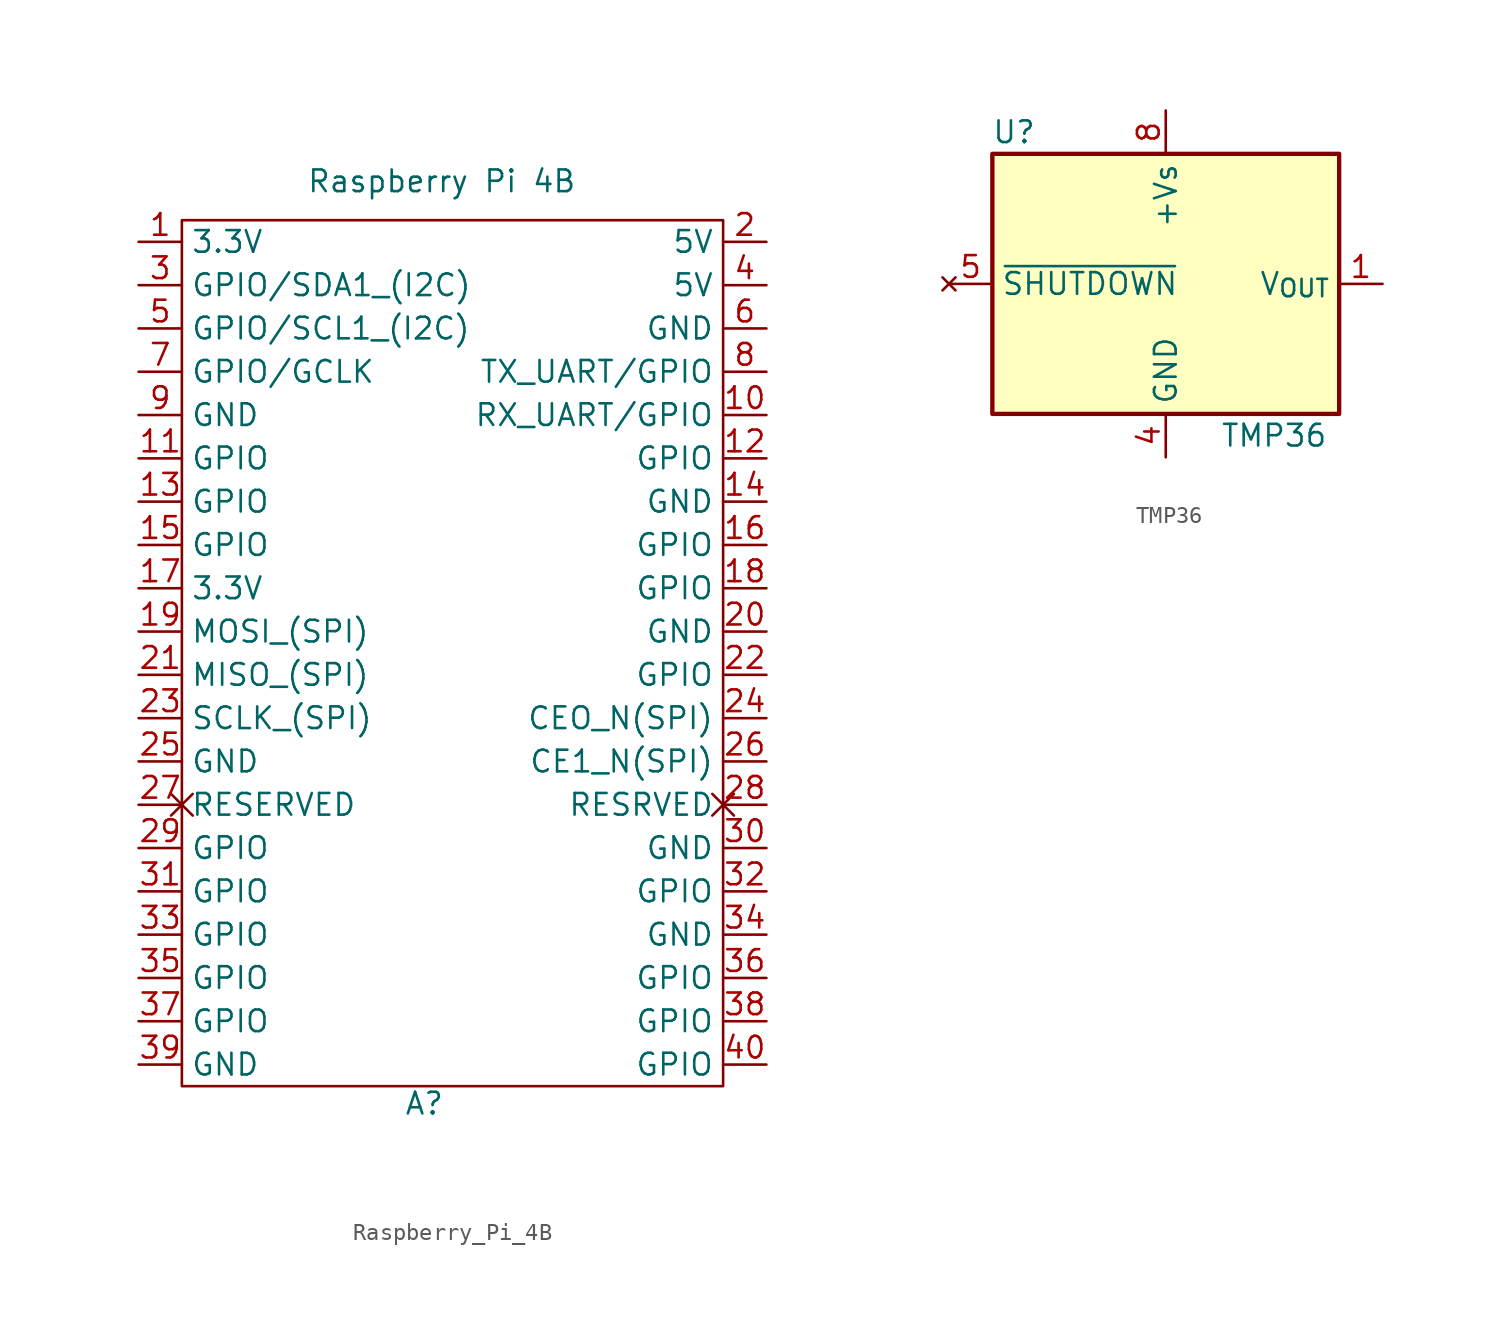
<source format=kicad_sym>
(kicad_symbol_lib
  (version 20231120)
  (generator "kicad_symbol_editor")
  (generator_version "8.0")
  (symbol "Raspberry_Pi_4B"
    (property "Reference" "A"
      (at -1.016 -27.686 0)
      (effects (font (size 1.27 1.27))))
    (property "Value" "Raspberry Pi 4B"
      (at 0 26.416 0)
      (effects (font (size 1.27 1.27))))
    (symbol "Raspberry_Pi_4B_0_1"
      (rectangle (start -15.24 24.13) (end 16.51 -26.67) (stroke (width 0) (type default)) (fill (type none))))
    (symbol "Raspberry_Pi_4B_1_1"
      (pin bidirectional line (at -17.78 22.86 0) (length 2.54) (name "3.3V" (effects (font (size 1.27 1.27)))) (number "1" (effects (font (size 1.27 1.27)))))
      (pin bidirectional line (at 19.05 12.7 180) (length 2.54) (name "RX_UART/GPIO" (effects (font (size 1.27 1.27)))) (number "10" (effects (font (size 1.27 1.27)))))
      (pin bidirectional line (at -17.78 10.16 0) (length 2.54) (name "GPIO" (effects (font (size 1.27 1.27)))) (number "11" (effects (font (size 1.27 1.27)))))
      (pin bidirectional line (at 19.05 10.16 180) (length 2.54) (name "GPIO" (effects (font (size 1.27 1.27)))) (number "12" (effects (font (size 1.27 1.27)))))
      (pin bidirectional line (at -17.78 7.62 0) (length 2.54) (name "GPIO" (effects (font (size 1.27 1.27)))) (number "13" (effects (font (size 1.27 1.27)))))
      (pin bidirectional line (at 19.05 7.62 180) (length 2.54) (name "GND" (effects (font (size 1.27 1.27)))) (number "14" (effects (font (size 1.27 1.27)))))
      (pin bidirectional line (at -17.78 5.08 0) (length 2.54) (name "GPIO" (effects (font (size 1.27 1.27)))) (number "15" (effects (font (size 1.27 1.27)))))
      (pin bidirectional line (at 19.05 5.08 180) (length 2.54) (name "GPIO" (effects (font (size 1.27 1.27)))) (number "16" (effects (font (size 1.27 1.27)))))
      (pin bidirectional line (at -17.78 2.54 0) (length 2.54) (name "3.3V" (effects (font (size 1.27 1.27)))) (number "17" (effects (font (size 1.27 1.27)))))
      (pin bidirectional line (at 19.05 2.54 180) (length 2.54) (name "GPIO" (effects (font (size 1.27 1.27)))) (number "18" (effects (font (size 1.27 1.27)))))
      (pin bidirectional line (at -17.78 0 0) (length 2.54) (name "MOSI_(SPI)" (effects (font (size 1.27 1.27)))) (number "19" (effects (font (size 1.27 1.27)))))
      (pin bidirectional line (at 19.05 22.86 180) (length 2.54) (name "5V" (effects (font (size 1.27 1.27)))) (number "2" (effects (font (size 1.27 1.27)))))
      (pin bidirectional line (at 19.05 0 180) (length 2.54) (name "GND" (effects (font (size 1.27 1.27)))) (number "20" (effects (font (size 1.27 1.27)))))
      (pin bidirectional line (at -17.78 -2.54 0) (length 2.54) (name "MISO_(SPI)" (effects (font (size 1.27 1.27)))) (number "21" (effects (font (size 1.27 1.27)))))
      (pin bidirectional line (at 19.05 -2.54 180) (length 2.54) (name "GPIO" (effects (font (size 1.27 1.27)))) (number "22" (effects (font (size 1.27 1.27)))))
      (pin bidirectional line (at -17.78 -5.08 0) (length 2.54) (name "SCLK_(SPI)" (effects (font (size 1.27 1.27)))) (number "23" (effects (font (size 1.27 1.27)))))
      (pin bidirectional line (at 19.05 -5.08 180) (length 2.54) (name "CEO_N(SPI)" (effects (font (size 1.27 1.27)))) (number "24" (effects (font (size 1.27 1.27)))))
      (pin bidirectional line (at -17.78 -7.62 0) (length 2.54) (name "GND" (effects (font (size 1.27 1.27)))) (number "25" (effects (font (size 1.27 1.27)))))
      (pin bidirectional line (at 19.05 -7.62 180) (length 2.54) (name "CE1_N(SPI)" (effects (font (size 1.27 1.27)))) (number "26" (effects (font (size 1.27 1.27)))))
      (pin unspecified non_logic (at -17.78 -10.16 0) (length 2.54) (name "RESERVED" (effects (font (size 1.27 1.27)))) (number "27" (effects (font (size 1.27 1.27)))))
      (pin unspecified non_logic (at 19.05 -10.16 180) (length 2.54) (name "RESRVED" (effects (font (size 1.27 1.27)))) (number "28" (effects (font (size 1.27 1.27)))))
      (pin bidirectional line (at -17.78 -12.7 0) (length 2.54) (name "GPIO" (effects (font (size 1.27 1.27)))) (number "29" (effects (font (size 1.27 1.27)))))
      (pin bidirectional line (at -17.78 20.32 0) (length 2.54) (name "GPIO/SDA1_(I2C)" (effects (font (size 1.27 1.27)))) (number "3" (effects (font (size 1.27 1.27)))))
      (pin bidirectional line (at 19.05 -12.7 180) (length 2.54) (name "GND" (effects (font (size 1.27 1.27)))) (number "30" (effects (font (size 1.27 1.27)))))
      (pin bidirectional line (at -17.78 -15.24 0) (length 2.54) (name "GPIO" (effects (font (size 1.27 1.27)))) (number "31" (effects (font (size 1.27 1.27)))))
      (pin bidirectional line (at 19.05 -15.24 180) (length 2.54) (name "GPIO" (effects (font (size 1.27 1.27)))) (number "32" (effects (font (size 1.27 1.27)))))
      (pin bidirectional line (at -17.78 -17.78 0) (length 2.54) (name "GPIO" (effects (font (size 1.27 1.27)))) (number "33" (effects (font (size 1.27 1.27)))))
      (pin bidirectional line (at 19.05 -17.78 180) (length 2.54) (name "GND" (effects (font (size 1.27 1.27)))) (number "34" (effects (font (size 1.27 1.27)))))
      (pin bidirectional line (at -17.78 -20.32 0) (length 2.54) (name "GPIO" (effects (font (size 1.27 1.27)))) (number "35" (effects (font (size 1.27 1.27)))))
      (pin bidirectional line (at 19.05 -20.32 180) (length 2.54) (name "GPIO" (effects (font (size 1.27 1.27)))) (number "36" (effects (font (size 1.27 1.27)))))
      (pin bidirectional line (at -17.78 -22.86 0) (length 2.54) (name "GPIO" (effects (font (size 1.27 1.27)))) (number "37" (effects (font (size 1.27 1.27)))))
      (pin bidirectional line (at 19.05 -22.86 180) (length 2.54) (name "GPIO" (effects (font (size 1.27 1.27)))) (number "38" (effects (font (size 1.27 1.27)))))
      (pin bidirectional line (at -17.78 -25.4 0) (length 2.54) (name "GND" (effects (font (size 1.27 1.27)))) (number "39" (effects (font (size 1.27 1.27)))))
      (pin bidirectional line (at 19.05 20.32 180) (length 2.54) (name "5V" (effects (font (size 1.27 1.27)))) (number "4" (effects (font (size 1.27 1.27)))))
      (pin bidirectional line (at 19.05 -25.4 180) (length 2.54) (name "GPIO" (effects (font (size 1.27 1.27)))) (number "40" (effects (font (size 1.27 1.27)))))
      (pin bidirectional line (at -17.78 17.78 0) (length 2.54) (name "GPIO/SCL1_(I2C)" (effects (font (size 1.27 1.27)))) (number "5" (effects (font (size 1.27 1.27)))))
      (pin bidirectional line (at 19.05 17.78 180) (length 2.54) (name "GND" (effects (font (size 1.27 1.27)))) (number "6" (effects (font (size 1.27 1.27)))))
      (pin bidirectional line (at -17.78 15.24 0) (length 2.54) (name "GPIO/GCLK" (effects (font (size 1.27 1.27)))) (number "7" (effects (font (size 1.27 1.27)))))
      (pin bidirectional line (at 19.05 15.24 180) (length 2.54) (name "TX_UART/GPIO" (effects (font (size 1.27 1.27)))) (number "8" (effects (font (size 1.27 1.27)))))
      (pin bidirectional line (at -17.78 12.7 0) (length 2.54) (name "GND" (effects (font (size 1.27 1.27)))) (number "9" (effects (font (size 1.27 1.27)))))))
  (symbol "TMP36"
    (property "Reference" "U"
      (at -8.89 8.89 0)
      (effects (font (size 1.27 1.27))))
    (property "Value" "TMP36"
      (at 6.35 -8.89 0)
      (effects (font (size 1.27 1.27))))
    (symbol "TMP36_0_1"
      (rectangle (start -10.16 7.62) (end 10.16 -7.62) (stroke (width 0.254) (type default)) (fill (type background))))
    (symbol "TMP36_1_1"
      (pin output line (at 12.7 0 180) (length 2.54) (name "V_{OUT}" (effects (font (size 1.27 1.27)))) (number "1" (effects (font (size 1.27 1.27)))))
      (pin power_in line (at 0 -10.16 90) (length 2.54) (name "GND" (effects (font (size 1.27 1.27)))) (number "4" (effects (font (size 1.27 1.27)))))
      (pin no_connect line (at -12.7 0 0) (length 2.54) (name "~{SHUTDOWN}" (effects (font (size 1.27 1.27)))) (number "5" (effects (font (size 1.27 1.27)))))
      (pin power_in line (at 0 10.16 270) (length 2.54) (name "+Vs" (effects (font (size 1.27 1.27)))) (number "8" (effects (font (size 1.27 1.27))))))))
</source>
